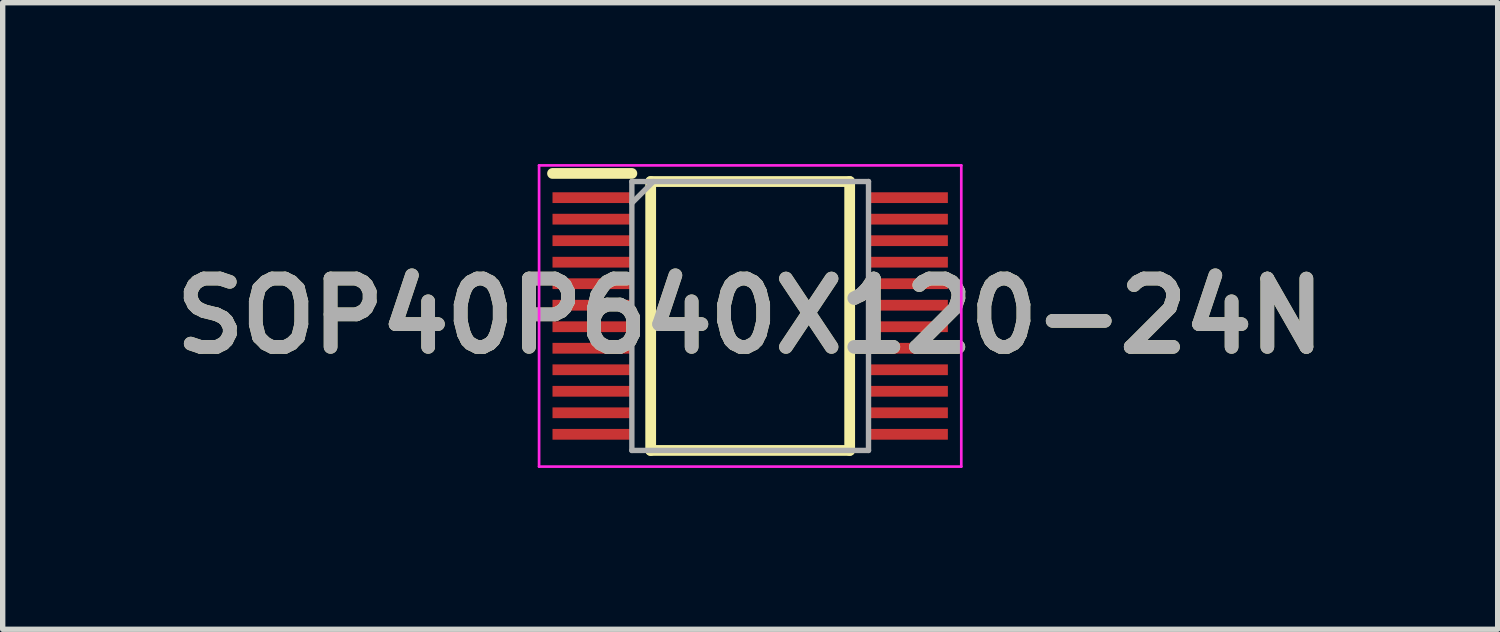
<source format=kicad_pcb>
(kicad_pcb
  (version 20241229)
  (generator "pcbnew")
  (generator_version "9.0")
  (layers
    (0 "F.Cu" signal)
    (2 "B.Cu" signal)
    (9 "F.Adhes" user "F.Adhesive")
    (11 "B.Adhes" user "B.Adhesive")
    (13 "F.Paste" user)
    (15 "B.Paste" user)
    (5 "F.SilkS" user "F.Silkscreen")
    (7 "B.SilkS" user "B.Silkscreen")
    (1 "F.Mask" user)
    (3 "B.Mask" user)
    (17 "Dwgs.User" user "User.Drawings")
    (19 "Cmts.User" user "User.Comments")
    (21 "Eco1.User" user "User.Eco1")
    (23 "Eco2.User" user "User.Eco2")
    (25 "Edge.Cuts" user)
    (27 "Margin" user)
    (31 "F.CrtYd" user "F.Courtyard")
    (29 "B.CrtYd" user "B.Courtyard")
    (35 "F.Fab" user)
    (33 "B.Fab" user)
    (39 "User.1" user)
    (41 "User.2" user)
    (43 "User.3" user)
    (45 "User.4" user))
  (footprint "SOP40P640X120-24N"
    (layer "F.Cu")
    (at 10.898 2.825)
    (property "Reference" "SOP40P640X120-24N" (at 0 0 0) (layer "F.SilkS") (effects (font (size 1.27 1.27) (thickness 0.254))))
    (attr smd)
    (fp_line (start -3.675 -2.65) (end -2.2 -2.65) (stroke (width 0.2) (type solid)) (layer "F.SilkS"))
    (fp_line (start -1.85 -2.5) (end 1.85 -2.5) (stroke (width 0.2) (type solid)) (layer "F.SilkS"))
    (fp_line (start -1.85 2.5) (end -1.85 -2.5) (stroke (width 0.2) (type solid)) (layer "F.SilkS"))
    (fp_line (start 1.85 -2.5) (end 1.85 2.5) (stroke (width 0.2) (type solid)) (layer "F.SilkS"))
    (fp_line (start 1.85 2.5) (end -1.85 2.5) (stroke (width 0.2) (type solid)) (layer "F.SilkS"))
    (fp_line (start -3.925 -2.8) (end 3.925 -2.8) (stroke (width 0.05) (type solid)) (layer "F.CrtYd"))
    (fp_line (start -3.925 2.8) (end -3.925 -2.8) (stroke (width 0.05) (type solid)) (layer "F.CrtYd"))
    (fp_line (start 3.925 -2.8) (end 3.925 2.8) (stroke (width 0.05) (type solid)) (layer "F.CrtYd"))
    (fp_line (start 3.925 2.8) (end -3.925 2.8) (stroke (width 0.05) (type solid)) (layer "F.CrtYd"))
    (fp_line (start -2.2 -2.5) (end 2.2 -2.5) (stroke (width 0.1) (type solid)) (layer "F.Fab"))
    (fp_line (start -2.2 -2.1) (end -1.8 -2.5) (stroke (width 0.1) (type solid)) (layer "F.Fab"))
    (fp_line (start -2.2 2.5) (end -2.2 -2.5) (stroke (width 0.1) (type solid)) (layer "F.Fab"))
    (fp_line (start 2.2 -2.5) (end 2.2 2.5) (stroke (width 0.1) (type solid)) (layer "F.Fab"))
    (fp_line (start 2.2 2.5) (end -2.2 2.5) (stroke (width 0.1) (type solid)) (layer "F.Fab"))
    (fp_text user "${REFERENCE}" (at 0 0 0) (layer "F.Fab") (effects (font (size 1.27 1.27) (thickness 0.254))))
    (pad "1" smd rect (at -2.938 -2.2 90) (size 0.2 1.475) (layers "F.Cu" "F.Mask" "F.Paste"))
    (pad "2" smd rect (at -2.938 -1.8 90) (size 0.2 1.475) (layers "F.Cu" "F.Mask" "F.Paste"))
    (pad "3" smd rect (at -2.938 -1.4 90) (size 0.2 1.475) (layers "F.Cu" "F.Mask" "F.Paste"))
    (pad "4" smd rect (at -2.938 -1 90) (size 0.2 1.475) (layers "F.Cu" "F.Mask" "F.Paste"))
    (pad "5" smd rect (at -2.938 -0.6 90) (size 0.2 1.475) (layers "F.Cu" "F.Mask" "F.Paste"))
    (pad "6" smd rect (at -2.938 -0.2 90) (size 0.2 1.475) (layers "F.Cu" "F.Mask" "F.Paste"))
    (pad "7" smd rect (at -2.938 0.2 90) (size 0.2 1.475) (layers "F.Cu" "F.Mask" "F.Paste"))
    (pad "8" smd rect (at -2.938 0.6 90) (size 0.2 1.475) (layers "F.Cu" "F.Mask" "F.Paste"))
    (pad "9" smd rect (at -2.938 1 90) (size 0.2 1.475) (layers "F.Cu" "F.Mask" "F.Paste"))
    (pad "10" smd rect (at -2.938 1.4 90) (size 0.2 1.475) (layers "F.Cu" "F.Mask" "F.Paste"))
    (pad "11" smd rect (at -2.938 1.8 90) (size 0.2 1.475) (layers "F.Cu" "F.Mask" "F.Paste"))
    (pad "12" smd rect (at -2.938 2.2 90) (size 0.2 1.475) (layers "F.Cu" "F.Mask" "F.Paste"))
    (pad "13" smd rect (at 2.938 2.2 90) (size 0.2 1.475) (layers "F.Cu" "F.Mask" "F.Paste"))
    (pad "14" smd rect (at 2.938 1.8 90) (size 0.2 1.475) (layers "F.Cu" "F.Mask" "F.Paste"))
    (pad "15" smd rect (at 2.938 1.4 90) (size 0.2 1.475) (layers "F.Cu" "F.Mask" "F.Paste"))
    (pad "16" smd rect (at 2.938 1 90) (size 0.2 1.475) (layers "F.Cu" "F.Mask" "F.Paste"))
    (pad "17" smd rect (at 2.938 0.6 90) (size 0.2 1.475) (layers "F.Cu" "F.Mask" "F.Paste"))
    (pad "18" smd rect (at 2.938 0.2 90) (size 0.2 1.475) (layers "F.Cu" "F.Mask" "F.Paste"))
    (pad "19" smd rect (at 2.938 -0.2 90) (size 0.2 1.475) (layers "F.Cu" "F.Mask" "F.Paste"))
    (pad "20" smd rect (at 2.938 -0.6 90) (size 0.2 1.475) (layers "F.Cu" "F.Mask" "F.Paste"))
    (pad "21" smd rect (at 2.938 -1 90) (size 0.2 1.475) (layers "F.Cu" "F.Mask" "F.Paste"))
    (pad "22" smd rect (at 2.938 -1.4 90) (size 0.2 1.475) (layers "F.Cu" "F.Mask" "F.Paste"))
    (pad "23" smd rect (at 2.938 -1.8 90) (size 0.2 1.475) (layers "F.Cu" "F.Mask" "F.Paste"))
    (pad "24" smd rect (at 2.938 -2.2 90) (size 0.2 1.475) (layers "F.Cu" "F.Mask" "F.Paste")))
  (gr_rect
    (start -3 -3)
    (end 24.796 8.65)
    (stroke (width 0.1) (type default))
    (fill no)
    (layer "Edge.Cuts")))
</source>
